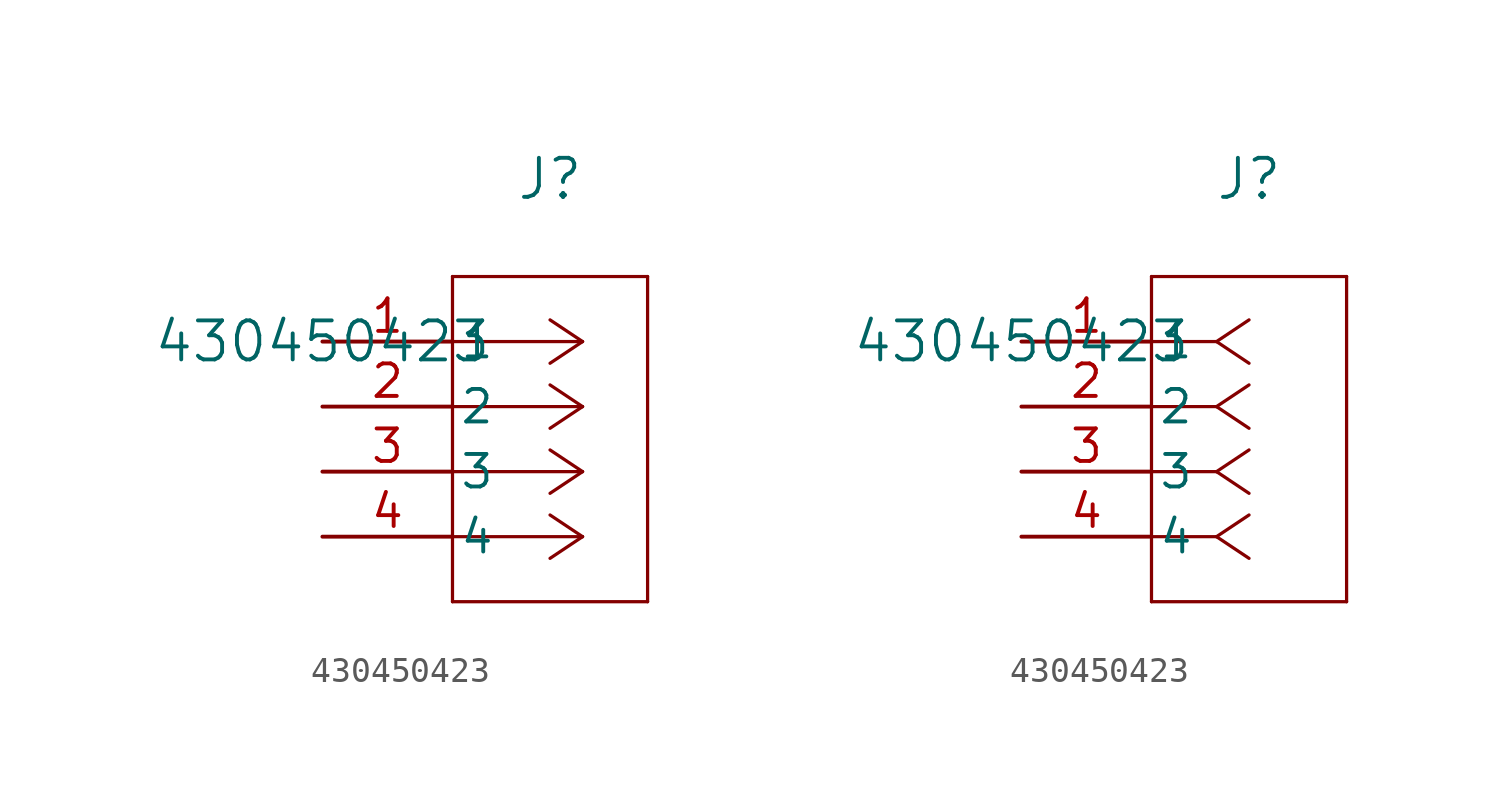
<source format=kicad_sym>
(kicad_symbol_lib
  (version 20211014)
  (generator kicad_symbol_editor)
  (symbol "430450423"
    (pin_names
      (offset 0.254))
    (property "Reference" "J"
      (at 8.89 6.35 0)
      (effects (font (size 1.524 1.524))))
    (property "Value" "430450423"
      (at 0 0 0)
      (effects (font (size 1.524 1.524))))
    (symbol "430450423_1_1"
      (polyline (pts (xy 10.16 0) (xy 5.08 0)) (stroke (width 0.127) (type default) (color 0 0 0 0)) (fill (type none)))
      (polyline (pts (xy 10.16 -2.54) (xy 5.08 -2.54)) (stroke (width 0.127) (type default) (color 0 0 0 0)) (fill (type none)))
      (polyline (pts (xy 10.16 -5.08) (xy 5.08 -5.08)) (stroke (width 0.127) (type default) (color 0 0 0 0)) (fill (type none)))
      (polyline (pts (xy 10.16 -7.62) (xy 5.08 -7.62)) (stroke (width 0.127) (type default) (color 0 0 0 0)) (fill (type none)))
      (polyline (pts (xy 10.16 0) (xy 8.89 0.847)) (stroke (width 0.127) (type default) (color 0 0 0 0)) (fill (type none)))
      (polyline (pts (xy 10.16 -2.54) (xy 8.89 -1.693)) (stroke (width 0.127) (type default) (color 0 0 0 0)) (fill (type none)))
      (polyline (pts (xy 10.16 -5.08) (xy 8.89 -4.233)) (stroke (width 0.127) (type default) (color 0 0 0 0)) (fill (type none)))
      (polyline (pts (xy 10.16 -7.62) (xy 8.89 -6.773)) (stroke (width 0.127) (type default) (color 0 0 0 0)) (fill (type none)))
      (polyline (pts (xy 10.16 0) (xy 8.89 -0.847)) (stroke (width 0.127) (type default) (color 0 0 0 0)) (fill (type none)))
      (polyline (pts (xy 10.16 -2.54) (xy 8.89 -3.387)) (stroke (width 0.127) (type default) (color 0 0 0 0)) (fill (type none)))
      (polyline (pts (xy 10.16 -5.08) (xy 8.89 -5.927)) (stroke (width 0.127) (type default) (color 0 0 0 0)) (fill (type none)))
      (polyline (pts (xy 10.16 -7.62) (xy 8.89 -8.467)) (stroke (width 0.127) (type default) (color 0 0 0 0)) (fill (type none)))
      (polyline (pts (xy 5.08 2.54) (xy 5.08 -10.16)) (stroke (width 0.127) (type default) (color 0 0 0 0)) (fill (type none)))
      (polyline (pts (xy 5.08 -10.16) (xy 12.7 -10.16)) (stroke (width 0.127) (type default) (color 0 0 0 0)) (fill (type none)))
      (polyline (pts (xy 12.7 -10.16) (xy 12.7 2.54)) (stroke (width 0.127) (type default) (color 0 0 0 0)) (fill (type none)))
      (polyline (pts (xy 12.7 2.54) (xy 5.08 2.54)) (stroke (width 0.127) (type default) (color 0 0 0 0)) (fill (type none)))
      (pin unspecified line (at 0 0 0) (length 5.08) (name "1" (effects (font (size 1.27 1.27)))) (number "1" (effects (font (size 1.27 1.27)))))
      (pin unspecified line (at 0 -2.54 0) (length 5.08) (name "2" (effects (font (size 1.27 1.27)))) (number "2" (effects (font (size 1.27 1.27)))))
      (pin unspecified line (at 0 -5.08 0) (length 5.08) (name "3" (effects (font (size 1.27 1.27)))) (number "3" (effects (font (size 1.27 1.27)))))
      (pin unspecified line (at 0 -7.62 0) (length 5.08) (name "4" (effects (font (size 1.27 1.27)))) (number "4" (effects (font (size 1.27 1.27))))))
    (symbol "430450423_1_2"
      (polyline (pts (xy 7.62 0) (xy 5.08 0)) (stroke (width 0.127) (type default) (color 0 0 0 0)) (fill (type none)))
      (polyline (pts (xy 7.62 -2.54) (xy 5.08 -2.54)) (stroke (width 0.127) (type default) (color 0 0 0 0)) (fill (type none)))
      (polyline (pts (xy 7.62 -5.08) (xy 5.08 -5.08)) (stroke (width 0.127) (type default) (color 0 0 0 0)) (fill (type none)))
      (polyline (pts (xy 7.62 -7.62) (xy 5.08 -7.62)) (stroke (width 0.127) (type default) (color 0 0 0 0)) (fill (type none)))
      (polyline (pts (xy 7.62 0) (xy 8.89 0.847)) (stroke (width 0.127) (type default) (color 0 0 0 0)) (fill (type none)))
      (polyline (pts (xy 7.62 -2.54) (xy 8.89 -1.693)) (stroke (width 0.127) (type default) (color 0 0 0 0)) (fill (type none)))
      (polyline (pts (xy 7.62 -5.08) (xy 8.89 -4.233)) (stroke (width 0.127) (type default) (color 0 0 0 0)) (fill (type none)))
      (polyline (pts (xy 7.62 -7.62) (xy 8.89 -6.773)) (stroke (width 0.127) (type default) (color 0 0 0 0)) (fill (type none)))
      (polyline (pts (xy 7.62 0) (xy 8.89 -0.847)) (stroke (width 0.127) (type default) (color 0 0 0 0)) (fill (type none)))
      (polyline (pts (xy 7.62 -2.54) (xy 8.89 -3.387)) (stroke (width 0.127) (type default) (color 0 0 0 0)) (fill (type none)))
      (polyline (pts (xy 7.62 -5.08) (xy 8.89 -5.927)) (stroke (width 0.127) (type default) (color 0 0 0 0)) (fill (type none)))
      (polyline (pts (xy 7.62 -7.62) (xy 8.89 -8.467)) (stroke (width 0.127) (type default) (color 0 0 0 0)) (fill (type none)))
      (polyline (pts (xy 5.08 2.54) (xy 5.08 -10.16)) (stroke (width 0.127) (type default) (color 0 0 0 0)) (fill (type none)))
      (polyline (pts (xy 5.08 -10.16) (xy 12.7 -10.16)) (stroke (width 0.127) (type default) (color 0 0 0 0)) (fill (type none)))
      (polyline (pts (xy 12.7 -10.16) (xy 12.7 2.54)) (stroke (width 0.127) (type default) (color 0 0 0 0)) (fill (type none)))
      (polyline (pts (xy 12.7 2.54) (xy 5.08 2.54)) (stroke (width 0.127) (type default) (color 0 0 0 0)) (fill (type none)))
      (pin unspecified line (at 0 0 0) (length 5.08) (name "1" (effects (font (size 1.27 1.27)))) (number "1" (effects (font (size 1.27 1.27)))))
      (pin unspecified line (at 0 -2.54 0) (length 5.08) (name "2" (effects (font (size 1.27 1.27)))) (number "2" (effects (font (size 1.27 1.27)))))
      (pin unspecified line (at 0 -5.08 0) (length 5.08) (name "3" (effects (font (size 1.27 1.27)))) (number "3" (effects (font (size 1.27 1.27)))))
      (pin unspecified line (at 0 -7.62 0) (length 5.08) (name "4" (effects (font (size 1.27 1.27)))) (number "4" (effects (font (size 1.27 1.27))))))))
</source>
